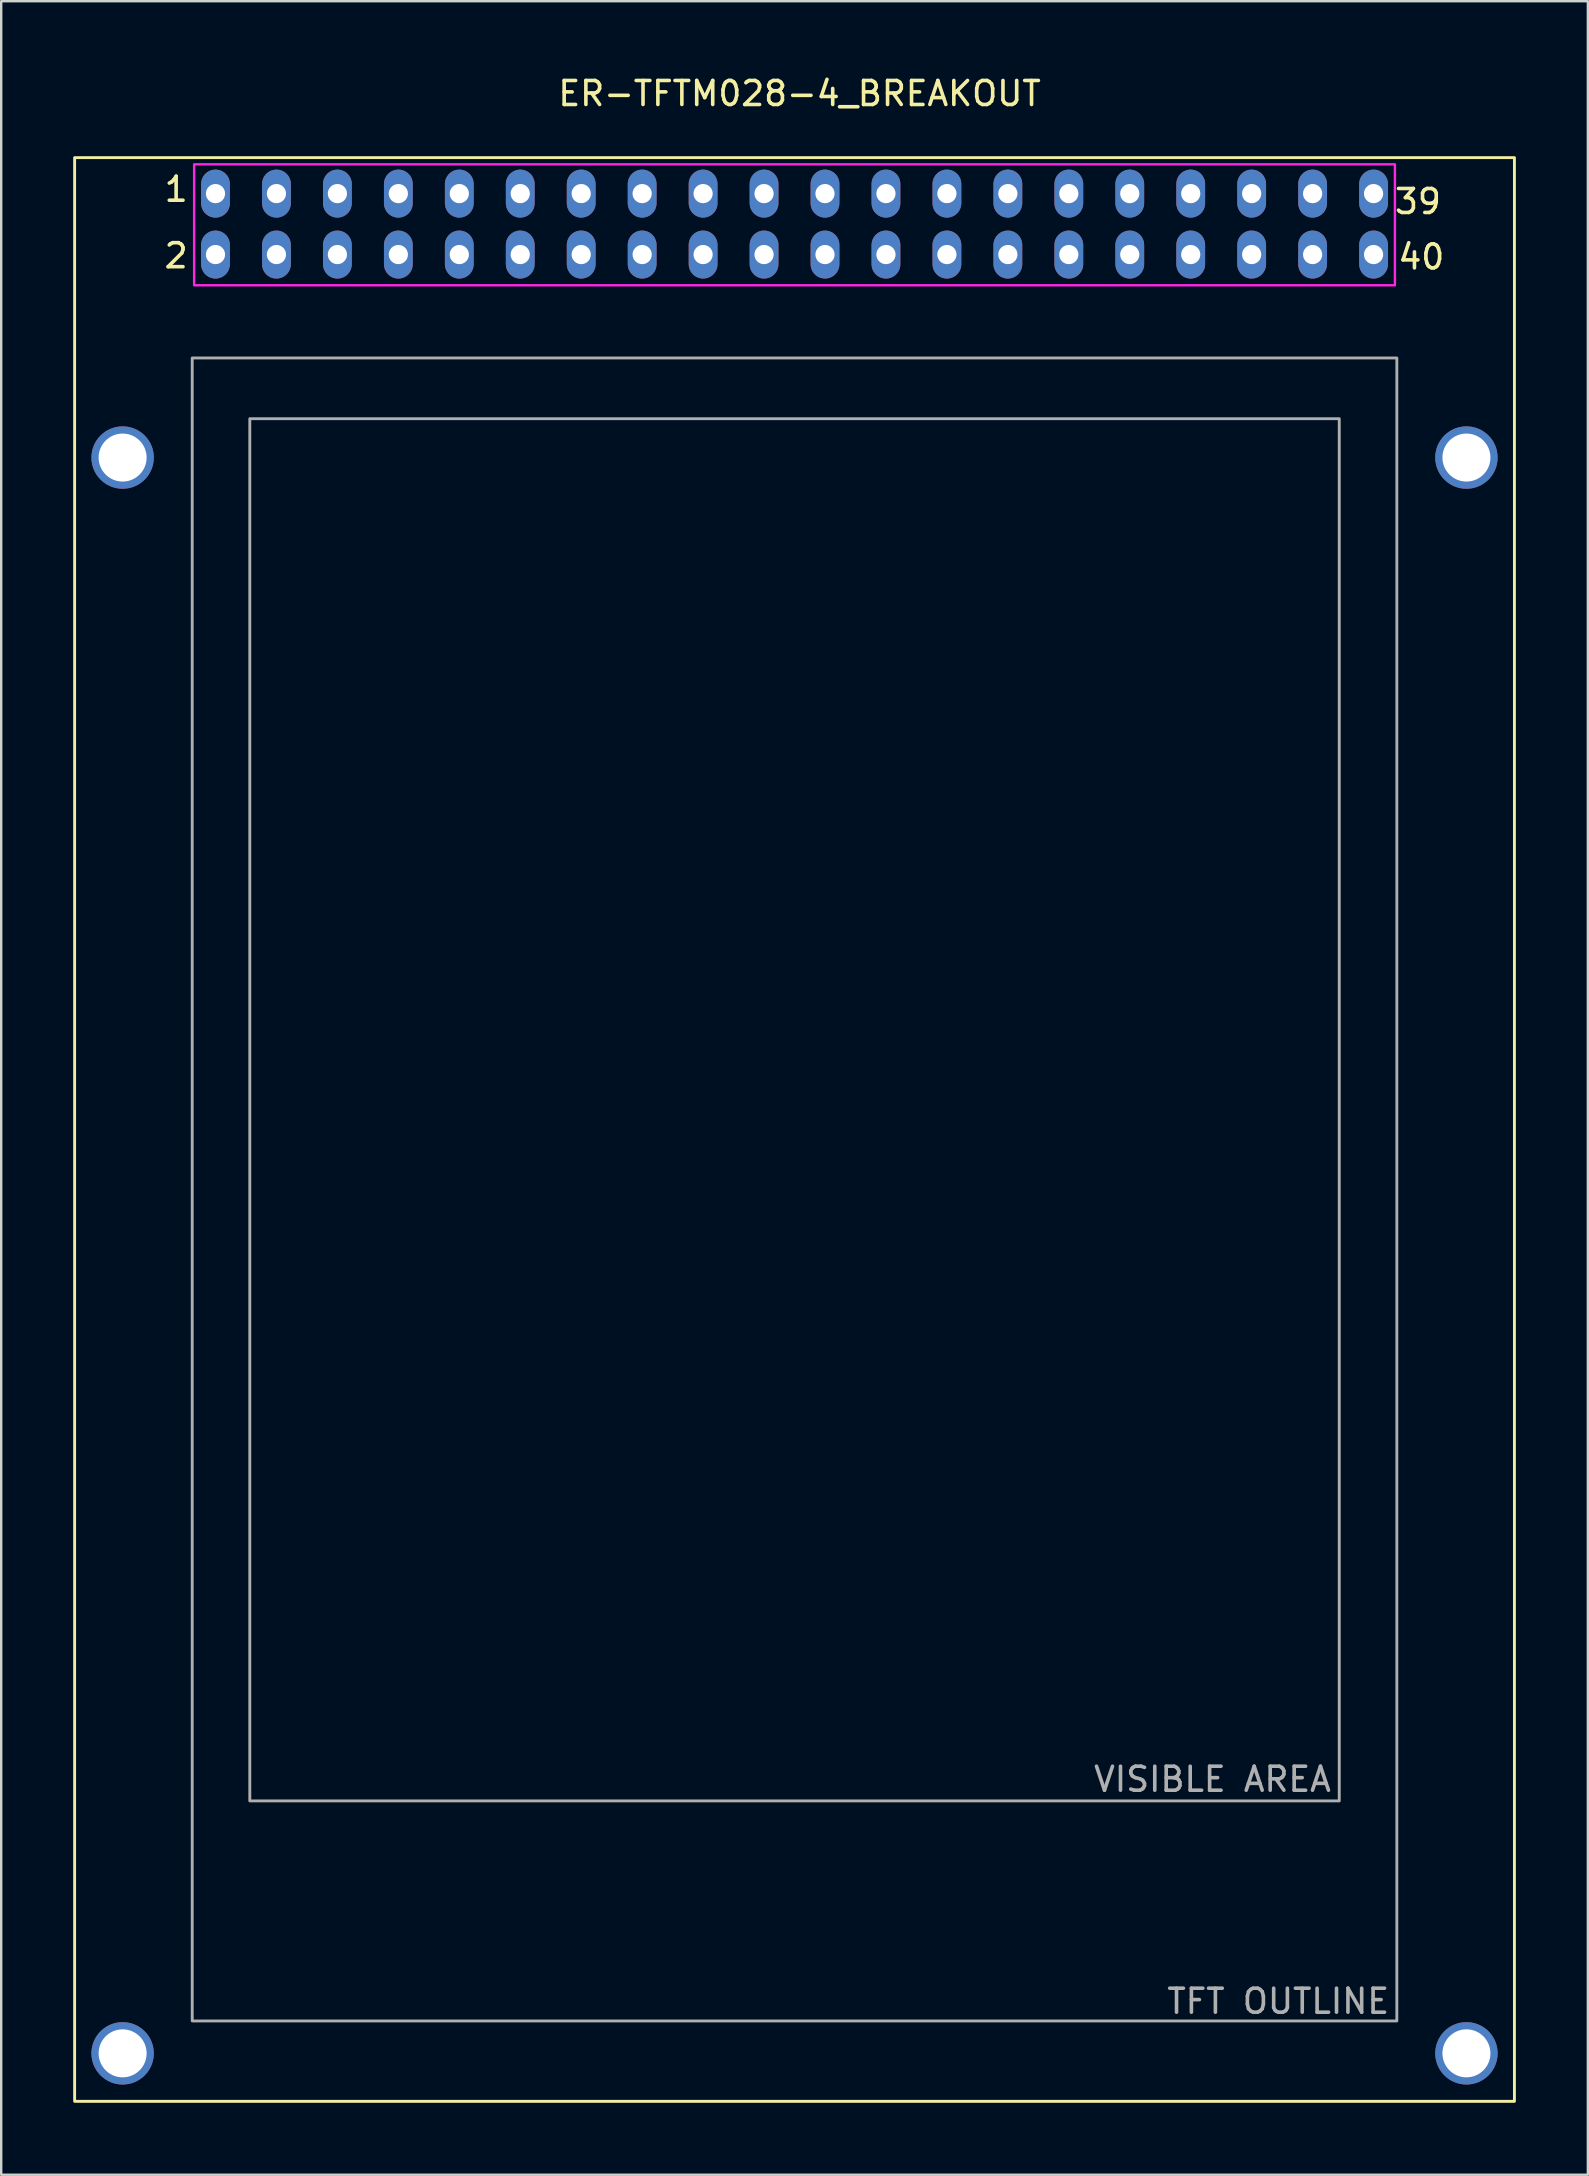
<source format=kicad_pcb>
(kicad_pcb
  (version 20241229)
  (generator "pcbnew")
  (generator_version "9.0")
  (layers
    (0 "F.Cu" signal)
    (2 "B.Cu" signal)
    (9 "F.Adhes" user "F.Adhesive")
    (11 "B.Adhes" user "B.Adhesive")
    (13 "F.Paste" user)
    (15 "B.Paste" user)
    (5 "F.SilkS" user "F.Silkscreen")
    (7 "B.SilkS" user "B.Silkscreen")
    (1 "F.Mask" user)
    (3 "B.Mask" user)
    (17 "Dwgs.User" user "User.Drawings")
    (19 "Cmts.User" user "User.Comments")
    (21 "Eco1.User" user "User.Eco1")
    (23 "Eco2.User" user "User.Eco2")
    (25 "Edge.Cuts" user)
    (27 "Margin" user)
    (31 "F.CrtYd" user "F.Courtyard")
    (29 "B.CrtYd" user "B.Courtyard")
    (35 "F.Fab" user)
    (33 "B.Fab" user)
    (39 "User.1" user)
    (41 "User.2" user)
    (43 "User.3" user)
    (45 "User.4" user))
  (footprint "ER-TFTM028-4_BREAKOUT"
    (layer "F.Cu")
    (at 30.06 43.868)
    (property "Reference" "ER-TFTM028-4_BREAKOUT" (at 0.21 -43.02 180) (layer "F.SilkS") (effects (font (size 1 1) (thickness 0.15))))
    (attr through_hole)
    (fp_rect (start -30 -40.35) (end 30 40.65) (stroke (width 0.12) (type solid)) (fill no) (layer "F.SilkS"))
    (fp_rect (start 25.02 -35.03) (end -25.02 -40.07) (stroke (width 0.1) (type solid)) (fill no) (layer "F.CrtYd"))
    (fp_rect (start -25.1 -32) (end 25.1 37.3) (stroke (width 0.12) (type solid)) (fill no) (layer "F.Fab"))
    (fp_rect (start -22.7 -29.47) (end 22.7 28.13) (stroke (width 0.12) (type solid)) (fill no) (layer "F.Fab"))
    (fp_text user "39" (at 25.98 -38.52 0) (unlocked yes) (layer "F.SilkS") (effects (font (size 1 1) (thickness 0.15))))
    (fp_text user "2" (at -25.77 -36.26 0) (unlocked yes) (layer "F.SilkS") (effects (font (size 1 1) (thickness 0.15))))
    (fp_text user "1" (at -25.77 -39.03 0) (unlocked yes) (layer "F.SilkS") (effects (font (size 1 1) (thickness 0.15))))
    (fp_text user "40" (at 26.12 -36.21 0) (unlocked yes) (layer "F.SilkS") (effects (font (size 1 1) (thickness 0.15))))
    (fp_text user "TFT OUTLINE" (at 15.44 36.48 0) (unlocked yes) (layer "F.Fab") (effects (font (size 1 1) (thickness 0.15)) (justify left)))
    (fp_text user "VISIBLE AREA" (at 12.39 27.23 0) (unlocked yes) (layer "F.Fab") (effects (font (size 1 1) (thickness 0.15)) (justify left)))
    (pad "1" thru_hole oval (at -24.13 -38.85) (size 1.2 2) (drill 0.8) (layers "*.Cu" "*.Mask"))
    (pad "2" thru_hole oval (at -24.13 -36.31) (size 1.2 2) (drill 0.8) (layers "*.Cu" "*.Mask"))
    (pad "3" thru_hole oval (at -21.59 -38.85) (size 1.2 2) (drill 0.8) (layers "*.Cu" "*.Mask"))
    (pad "4" thru_hole oval (at -21.59 -36.31) (size 1.2 2) (drill 0.8) (layers "*.Cu" "*.Mask"))
    (pad "5" thru_hole oval (at -19.05 -38.85) (size 1.2 2) (drill 0.8) (layers "*.Cu" "*.Mask"))
    (pad "6" thru_hole oval (at -19.05 -36.31) (size 1.2 2) (drill 0.8) (layers "*.Cu" "*.Mask"))
    (pad "7" thru_hole oval (at -16.51 -38.85) (size 1.2 2) (drill 0.8) (layers "*.Cu" "*.Mask"))
    (pad "8" thru_hole oval (at -16.51 -36.31) (size 1.2 2) (drill 0.8) (layers "*.Cu" "*.Mask"))
    (pad "9" thru_hole oval (at -13.97 -38.85) (size 1.2 2) (drill 0.8) (layers "*.Cu" "*.Mask"))
    (pad "10" thru_hole oval (at -13.97 -36.31) (size 1.2 2) (drill 0.8) (layers "*.Cu" "*.Mask"))
    (pad "11" thru_hole oval (at -11.43 -38.85) (size 1.2 2) (drill 0.8) (layers "*.Cu" "*.Mask"))
    (pad "12" thru_hole oval (at -11.43 -36.31) (size 1.2 2) (drill 0.8) (layers "*.Cu" "*.Mask"))
    (pad "13" thru_hole oval (at -8.89 -38.85) (size 1.2 2) (drill 0.8) (layers "*.Cu" "*.Mask"))
    (pad "14" thru_hole oval (at -8.89 -36.31) (size 1.2 2) (drill 0.8) (layers "*.Cu" "*.Mask"))
    (pad "15" thru_hole oval (at -6.35 -38.85) (size 1.2 2) (drill 0.8) (layers "*.Cu" "*.Mask"))
    (pad "16" thru_hole oval (at -6.35 -36.31) (size 1.2 2) (drill 0.8) (layers "*.Cu" "*.Mask"))
    (pad "17" thru_hole oval (at -3.81 -38.85) (size 1.2 2) (drill 0.8) (layers "*.Cu" "*.Mask"))
    (pad "18" thru_hole oval (at -3.81 -36.31) (size 1.2 2) (drill 0.8) (layers "*.Cu" "*.Mask"))
    (pad "19" thru_hole oval (at -1.27 -38.85) (size 1.2 2) (drill 0.8) (layers "*.Cu" "*.Mask"))
    (pad "20" thru_hole oval (at -1.27 -36.31) (size 1.2 2) (drill 0.8) (layers "*.Cu" "*.Mask"))
    (pad "21" thru_hole oval (at 1.27 -38.85) (size 1.2 2) (drill 0.8) (layers "*.Cu" "*.Mask"))
    (pad "22" thru_hole oval (at 1.27 -36.31) (size 1.2 2) (drill 0.8) (layers "*.Cu" "*.Mask"))
    (pad "23" thru_hole oval (at 3.81 -38.85) (size 1.2 2) (drill 0.8) (layers "*.Cu" "*.Mask"))
    (pad "24" thru_hole oval (at 3.81 -36.31) (size 1.2 2) (drill 0.8) (layers "*.Cu" "*.Mask"))
    (pad "25" thru_hole oval (at 6.35 -38.85) (size 1.2 2) (drill 0.8) (layers "*.Cu" "*.Mask"))
    (pad "26" thru_hole oval (at 6.35 -36.31) (size 1.2 2) (drill 0.8) (layers "*.Cu" "*.Mask"))
    (pad "27" thru_hole oval (at 8.89 -38.85) (size 1.2 2) (drill 0.8) (layers "*.Cu" "*.Mask"))
    (pad "28" thru_hole oval (at 8.89 -36.31) (size 1.2 2) (drill 0.8) (layers "*.Cu" "*.Mask"))
    (pad "29" thru_hole oval (at 11.43 -38.85) (size 1.2 2) (drill 0.8) (layers "*.Cu" "*.Mask"))
    (pad "30" thru_hole oval (at 11.43 -36.31) (size 1.2 2) (drill 0.8) (layers "*.Cu" "*.Mask"))
    (pad "31" thru_hole oval (at 13.97 -38.85) (size 1.2 2) (drill 0.8) (layers "*.Cu" "*.Mask"))
    (pad "32" thru_hole oval (at 13.97 -36.31) (size 1.2 2) (drill 0.8) (layers "*.Cu" "*.Mask"))
    (pad "33" thru_hole oval (at 16.51 -38.85) (size 1.2 2) (drill 0.8) (layers "*.Cu" "*.Mask"))
    (pad "34" thru_hole oval (at 16.51 -36.31) (size 1.2 2) (drill 0.8) (layers "*.Cu" "*.Mask"))
    (pad "35" thru_hole oval (at 19.05 -38.85) (size 1.2 2) (drill 0.8) (layers "*.Cu" "*.Mask"))
    (pad "36" thru_hole oval (at 19.05 -36.31) (size 1.2 2) (drill 0.8) (layers "*.Cu" "*.Mask"))
    (pad "37" thru_hole oval (at 21.59 -38.85) (size 1.2 2) (drill 0.8) (layers "*.Cu" "*.Mask"))
    (pad "38" thru_hole oval (at 21.59 -36.31) (size 1.2 2) (drill 0.8) (layers "*.Cu" "*.Mask"))
    (pad "39" thru_hole oval (at 24.13 -38.85) (size 1.2 2) (drill 0.8) (layers "*.Cu" "*.Mask"))
    (pad "40" thru_hole oval (at 24.13 -36.31) (size 1.2 2) (drill 0.8) (layers "*.Cu" "*.Mask"))
    (pad "41" thru_hole circle (at 28 -27.85) (size 2.6 2.6) (drill 2) (layers "*.Cu" "*.Mask"))
    (pad "42" thru_hole circle (at -28 -27.85) (size 2.6 2.6) (drill 2) (layers "*.Cu" "*.Mask"))
    (pad "43" thru_hole circle (at -28 38.65) (size 2.6 2.6) (drill 2) (layers "*.Cu" "*.Mask"))
    (pad "44" thru_hole circle (at 28 38.65) (size 2.6 2.6) (drill 2) (layers "*.Cu" "*.Mask")))
  (gr_rect
    (start -3 -3)
    (end 63.12 87.578)
    (stroke (width 0.1) (type default))
    (fill no)
    (layer "Edge.Cuts")))
</source>
